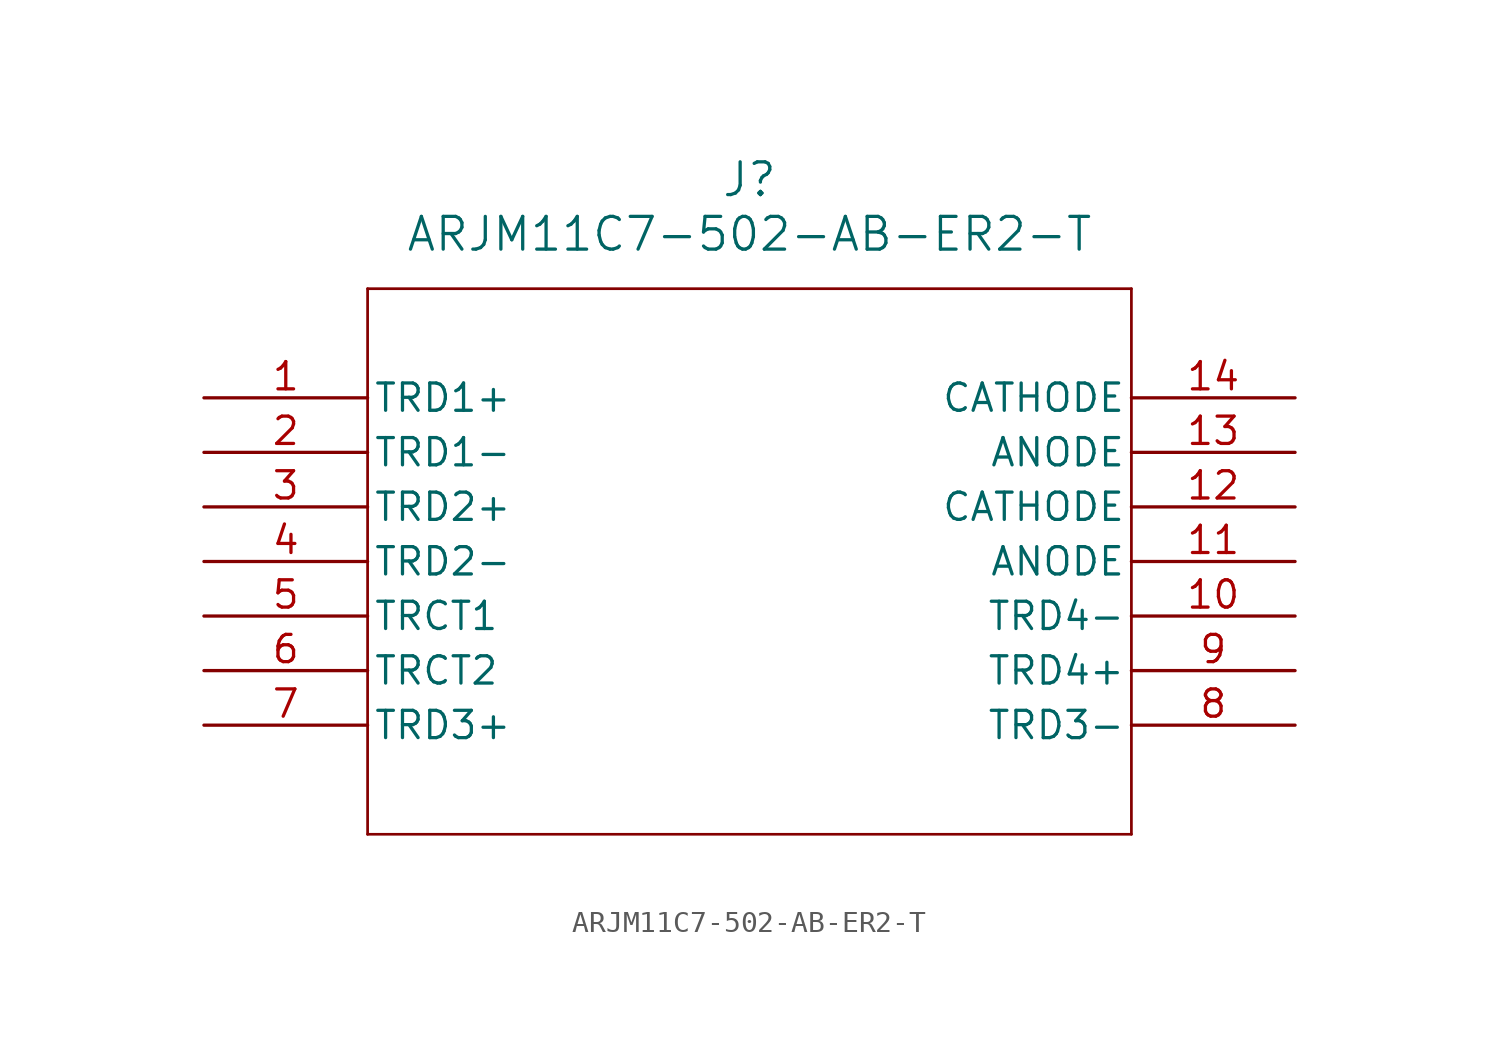
<source format=kicad_sym>
(kicad_symbol_lib
  (version 20231120)
  (generator "kicad_symbol_editor")
  (generator_version "8.0")
  (symbol "ARJM11C7-502-AB-ER2-T"
    (pin_names
      (offset 0.254))
    (property "Reference" "J"
      (at 25.4 10.16 0)
      (effects (font (size 1.524 1.524))))
    (property "Value" "ARJM11C7-502-AB-ER2-T"
      (at 25.4 7.62 0)
      (effects (font (size 1.524 1.524))))
    (property "ki_locked" ""
      (at 0 0 0)
      (effects (font (size 1.27 1.27))))
    (symbol "ARJM11C7-502-AB-ER2-T_0_1"
      (polyline (pts (xy 7.62 -20.32) (xy 43.18 -20.32)) (stroke (width 0.127) (type default)) (fill (type none)))
      (polyline (pts (xy 7.62 5.08) (xy 7.62 -20.32)) (stroke (width 0.127) (type default)) (fill (type none)))
      (polyline (pts (xy 43.18 -20.32) (xy 43.18 5.08)) (stroke (width 0.127) (type default)) (fill (type none)))
      (polyline (pts (xy 43.18 5.08) (xy 7.62 5.08)) (stroke (width 0.127) (type default)) (fill (type none)))
      (pin bidirectional line (at 0 0 0) (length 7.62) (name "TRD1+" (effects (font (size 1.27 1.27)))) (number "1" (effects (font (size 1.27 1.27)))))
      (pin bidirectional line (at 50.8 -10.16 180) (length 7.62) (name "TRD4-" (effects (font (size 1.27 1.27)))) (number "10" (effects (font (size 1.27 1.27)))))
      (pin input line (at 50.8 -7.62 180) (length 7.62) (name "ANODE" (effects (font (size 1.27 1.27)))) (number "11" (effects (font (size 1.27 1.27)))))
      (pin output line (at 50.8 -5.08 180) (length 7.62) (name "CATHODE" (effects (font (size 1.27 1.27)))) (number "12" (effects (font (size 1.27 1.27)))))
      (pin input line (at 50.8 -2.54 180) (length 7.62) (name "ANODE" (effects (font (size 1.27 1.27)))) (number "13" (effects (font (size 1.27 1.27)))))
      (pin output line (at 50.8 0 180) (length 7.62) (name "CATHODE" (effects (font (size 1.27 1.27)))) (number "14" (effects (font (size 1.27 1.27)))))
      (pin bidirectional line (at 0 -2.54 0) (length 7.62) (name "TRD1-" (effects (font (size 1.27 1.27)))) (number "2" (effects (font (size 1.27 1.27)))))
      (pin bidirectional line (at 0 -5.08 0) (length 7.62) (name "TRD2+" (effects (font (size 1.27 1.27)))) (number "3" (effects (font (size 1.27 1.27)))))
      (pin bidirectional line (at 0 -7.62 0) (length 7.62) (name "TRD2-" (effects (font (size 1.27 1.27)))) (number "4" (effects (font (size 1.27 1.27)))))
      (pin bidirectional line (at 0 -10.16 0) (length 7.62) (name "TRCT1" (effects (font (size 1.27 1.27)))) (number "5" (effects (font (size 1.27 1.27)))))
      (pin bidirectional line (at 0 -12.7 0) (length 7.62) (name "TRCT2" (effects (font (size 1.27 1.27)))) (number "6" (effects (font (size 1.27 1.27)))))
      (pin bidirectional line (at 0 -15.24 0) (length 7.62) (name "TRD3+" (effects (font (size 1.27 1.27)))) (number "7" (effects (font (size 1.27 1.27)))))
      (pin bidirectional line (at 50.8 -15.24 180) (length 7.62) (name "TRD3-" (effects (font (size 1.27 1.27)))) (number "8" (effects (font (size 1.27 1.27)))))
      (pin bidirectional line (at 50.8 -12.7 180) (length 7.62) (name "TRD4+" (effects (font (size 1.27 1.27)))) (number "9" (effects (font (size 1.27 1.27))))))))
</source>
